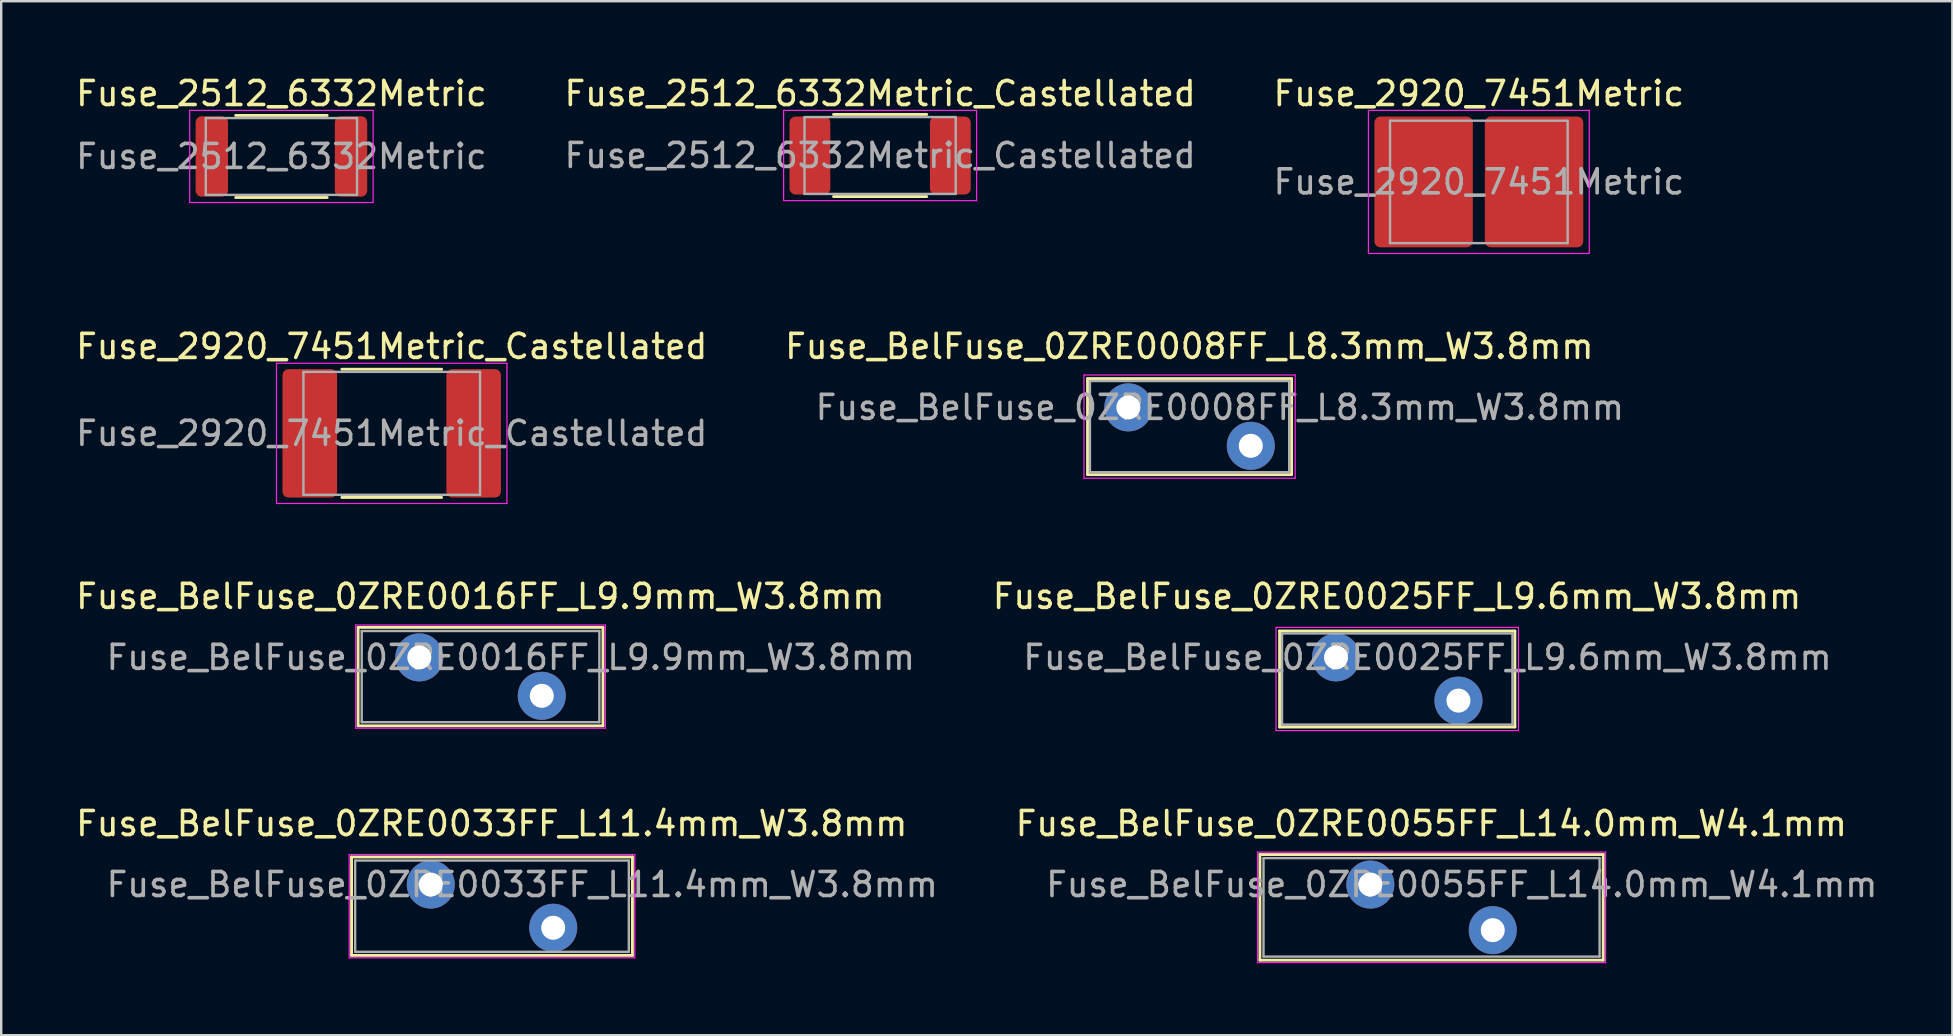
<source format=kicad_pcb>
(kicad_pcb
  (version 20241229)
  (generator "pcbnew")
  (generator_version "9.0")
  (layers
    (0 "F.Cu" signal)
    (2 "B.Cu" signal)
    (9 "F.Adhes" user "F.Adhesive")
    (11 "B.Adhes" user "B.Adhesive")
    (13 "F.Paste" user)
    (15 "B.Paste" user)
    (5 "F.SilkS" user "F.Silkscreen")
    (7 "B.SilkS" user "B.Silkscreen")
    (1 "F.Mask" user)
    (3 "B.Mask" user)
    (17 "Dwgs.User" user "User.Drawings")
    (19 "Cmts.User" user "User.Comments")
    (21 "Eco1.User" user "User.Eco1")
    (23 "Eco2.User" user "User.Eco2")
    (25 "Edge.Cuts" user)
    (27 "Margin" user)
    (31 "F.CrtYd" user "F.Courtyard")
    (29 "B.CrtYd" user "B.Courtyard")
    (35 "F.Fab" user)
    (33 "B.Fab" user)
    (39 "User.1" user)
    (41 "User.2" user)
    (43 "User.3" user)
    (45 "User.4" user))
  (footprint "Fuse_BelFuse_0ZRE0025FF_L9.6mm_W3.8mm"
    (layer "F.Cu")
    (at 52.605 24.335)
    (property "Reference" "Fuse_BelFuse_0ZRE0025FF_L9.6mm_W3.8mm" (at 2.54 -2.54 0) (layer "F.SilkS") (effects (font (size 1 1) (thickness 0.15))))
    (attr through_hole)
    (fp_line (start -2.35 -1.1) (end -2.35 2.9) (stroke (width 0.12) (type solid)) (layer "F.SilkS"))
    (fp_line (start -2.35 -1.1) (end 7.45 -1.1) (stroke (width 0.12) (type solid)) (layer "F.SilkS"))
    (fp_line (start -2.35 2.9) (end 7.45 2.9) (stroke (width 0.12) (type solid)) (layer "F.SilkS"))
    (fp_line (start 7.45 -1.1) (end 7.45 2.9) (stroke (width 0.12) (type solid)) (layer "F.SilkS"))
    (fp_line (start -2.5 -1.25) (end -2.5 3.05) (stroke (width 0.05) (type solid)) (layer "F.CrtYd"))
    (fp_line (start -2.5 -1.25) (end 7.6 -1.25) (stroke (width 0.05) (type solid)) (layer "F.CrtYd"))
    (fp_line (start -2.5 3.05) (end 7.6 3.05) (stroke (width 0.05) (type solid)) (layer "F.CrtYd"))
    (fp_line (start 7.6 -1.25) (end 7.6 3.05) (stroke (width 0.05) (type solid)) (layer "F.CrtYd"))
    (fp_line (start -2.25 -1) (end -2.25 2.8) (stroke (width 0.1) (type solid)) (layer "F.Fab"))
    (fp_line (start -2.25 -1) (end 7.35 -1) (stroke (width 0.1) (type solid)) (layer "F.Fab"))
    (fp_line (start -2.25 2.8) (end 7.35 2.8) (stroke (width 0.1) (type solid)) (layer "F.Fab"))
    (fp_line (start 7.35 -1) (end 7.35 2.8) (stroke (width 0.1) (type solid)) (layer "F.Fab"))
    (fp_text user "${REFERENCE}" (at 3.81 0 0) (layer "F.Fab") (effects (font (size 1 1) (thickness 0.15))))
    (pad "1" thru_hole circle (at 0 0) (size 2 2) (drill 1) (layers "*.Cu" "*.Mask"))
    (pad "2" thru_hole circle (at 5.1 1.8) (size 2 2) (drill 1) (layers "*.Cu" "*.Mask")))
  (footprint "Fuse_2512_6332Metric_Castellated"
    (layer "F.Cu")
    (at 33.613 3.428)
    (property "Reference" "Fuse_2512_6332Metric_Castellated" (at 0 -2.58 0) (layer "F.SilkS") (effects (font (size 1 1) (thickness 0.15))))
    (attr smd)
    (fp_line (start -1.94 -1.71) (end 1.94 -1.71) (stroke (width 0.12) (type solid)) (layer "F.SilkS"))
    (fp_line (start -1.94 1.71) (end 1.94 1.71) (stroke (width 0.12) (type solid)) (layer "F.SilkS"))
    (fp_line (start -4.02 -1.88) (end 4.02 -1.88) (stroke (width 0.05) (type solid)) (layer "F.CrtYd"))
    (fp_line (start -4.02 1.88) (end -4.02 -1.88) (stroke (width 0.05) (type solid)) (layer "F.CrtYd"))
    (fp_line (start 4.02 -1.88) (end 4.02 1.88) (stroke (width 0.05) (type solid)) (layer "F.CrtYd"))
    (fp_line (start 4.02 1.88) (end -4.02 1.88) (stroke (width 0.05) (type solid)) (layer "F.CrtYd"))
    (fp_line (start -3.15 -1.6) (end 3.15 -1.6) (stroke (width 0.1) (type solid)) (layer "F.Fab"))
    (fp_line (start -3.15 1.6) (end -3.15 -1.6) (stroke (width 0.1) (type solid)) (layer "F.Fab"))
    (fp_line (start 3.15 -1.6) (end 3.15 1.6) (stroke (width 0.1) (type solid)) (layer "F.Fab"))
    (fp_line (start 3.15 1.6) (end -3.15 1.6) (stroke (width 0.1) (type solid)) (layer "F.Fab"))
    (fp_text user "${REFERENCE}" (at 0 0 0) (layer "F.Fab") (effects (font (size 1 1) (thickness 0.15))))
    (pad "1" smd roundrect (at -2.925 0) (size 1.7 3.25) (layers "F.Cu" "F.Mask" "F.Paste") (roundrect_rratio 0.147))
    (pad "2" smd roundrect (at 2.925 0) (size 1.7 3.25) (layers "F.Cu" "F.Mask" "F.Paste") (roundrect_rratio 0.147)))
  (footprint "Fuse_BelFuse_0ZRE0008FF_L8.3mm_W3.8mm"
    (layer "F.Cu")
    (at 43.954 13.921)
    (property "Reference" "Fuse_BelFuse_0ZRE0008FF_L8.3mm_W3.8mm" (at 2.54 -2.54 0) (layer "F.SilkS") (effects (font (size 1 1) (thickness 0.15))))
    (attr through_hole)
    (fp_line (start -1.7 -1.2) (end -1.7 2.8) (stroke (width 0.12) (type solid)) (layer "F.SilkS"))
    (fp_line (start -1.7 -1.2) (end 6.8 -1.2) (stroke (width 0.12) (type solid)) (layer "F.SilkS"))
    (fp_line (start -1.7 2.8) (end 6.8 2.8) (stroke (width 0.12) (type solid)) (layer "F.SilkS"))
    (fp_line (start 6.8 -1.2) (end 6.8 2.8) (stroke (width 0.12) (type solid)) (layer "F.SilkS"))
    (fp_line (start -1.85 -1.35) (end -1.85 2.95) (stroke (width 0.05) (type solid)) (layer "F.CrtYd"))
    (fp_line (start -1.85 -1.35) (end 6.95 -1.35) (stroke (width 0.05) (type solid)) (layer "F.CrtYd"))
    (fp_line (start -1.85 2.95) (end 6.95 2.95) (stroke (width 0.05) (type solid)) (layer "F.CrtYd"))
    (fp_line (start 6.95 -1.35) (end 6.95 2.95) (stroke (width 0.05) (type solid)) (layer "F.CrtYd"))
    (fp_line (start -1.6 -1.1) (end -1.6 2.7) (stroke (width 0.1) (type solid)) (layer "F.Fab"))
    (fp_line (start -1.6 -1.1) (end 6.7 -1.1) (stroke (width 0.1) (type solid)) (layer "F.Fab"))
    (fp_line (start -1.6 2.7) (end 6.7 2.7) (stroke (width 0.1) (type solid)) (layer "F.Fab"))
    (fp_line (start 6.7 -1.1) (end 6.7 2.7) (stroke (width 0.1) (type solid)) (layer "F.Fab"))
    (fp_text user "${REFERENCE}" (at 3.81 0 0) (layer "F.Fab") (effects (font (size 1 1) (thickness 0.15))))
    (pad "1" thru_hole circle (at 0 0) (size 2 2) (drill 1) (layers "*.Cu" "*.Mask"))
    (pad "2" thru_hole circle (at 5.1 1.6) (size 2 2) (drill 1) (layers "*.Cu" "*.Mask")))
  (footprint "Fuse_BelFuse_0ZRE0033FF_L11.4mm_W3.8mm"
    (layer "F.Cu")
    (at 14.895 33.798)
    (property "Reference" "Fuse_BelFuse_0ZRE0033FF_L11.4mm_W3.8mm" (at 2.54 -2.54 0) (layer "F.SilkS") (effects (font (size 1 1) (thickness 0.15))))
    (attr through_hole)
    (fp_line (start -3.3 -1.15) (end -3.3 2.95) (stroke (width 0.12) (type solid)) (layer "F.SilkS"))
    (fp_line (start -3.3 -1.15) (end 8.4 -1.15) (stroke (width 0.12) (type solid)) (layer "F.SilkS"))
    (fp_line (start -3.3 2.95) (end 8.4 2.95) (stroke (width 0.12) (type solid)) (layer "F.SilkS"))
    (fp_line (start 8.4 -1.15) (end 8.4 2.95) (stroke (width 0.12) (type solid)) (layer "F.SilkS"))
    (fp_line (start -3.4 -1.25) (end -3.4 3.05) (stroke (width 0.05) (type solid)) (layer "F.CrtYd"))
    (fp_line (start -3.4 -1.25) (end 8.5 -1.25) (stroke (width 0.05) (type solid)) (layer "F.CrtYd"))
    (fp_line (start -3.4 3.05) (end 8.5 3.05) (stroke (width 0.05) (type solid)) (layer "F.CrtYd"))
    (fp_line (start 8.5 -1.25) (end 8.5 3.05) (stroke (width 0.05) (type solid)) (layer "F.CrtYd"))
    (fp_line (start -3.15 -1) (end -3.15 2.8) (stroke (width 0.1) (type solid)) (layer "F.Fab"))
    (fp_line (start -3.15 -1) (end 8.25 -1) (stroke (width 0.1) (type solid)) (layer "F.Fab"))
    (fp_line (start -3.15 2.8) (end 8.25 2.8) (stroke (width 0.1) (type solid)) (layer "F.Fab"))
    (fp_line (start 8.25 -1) (end 8.25 2.8) (stroke (width 0.1) (type solid)) (layer "F.Fab"))
    (fp_text user "${REFERENCE}" (at 3.81 0 0) (layer "F.Fab") (effects (font (size 1 1) (thickness 0.15))))
    (pad "1" thru_hole circle (at 0 0) (size 2 2) (drill 1) (layers "*.Cu" "*.Mask"))
    (pad "2" thru_hole circle (at 5.1 1.8) (size 2 2) (drill 1) (layers "*.Cu" "*.Mask")))
  (footprint "Fuse_2920_7451Metric"
    (layer "F.Cu")
    (at 58.554 4.528)
    (property "Reference" "Fuse_2920_7451Metric" (at 0 -3.68 0) (layer "F.SilkS") (effects (font (size 1 1) (thickness 0.15))))
    (attr smd)
    (fp_line (start -4.6 -2.98) (end 4.6 -2.98) (stroke (width 0.05) (type solid)) (layer "F.CrtYd"))
    (fp_line (start -4.6 2.98) (end -4.6 -2.98) (stroke (width 0.05) (type solid)) (layer "F.CrtYd"))
    (fp_line (start 4.6 -2.98) (end 4.6 2.98) (stroke (width 0.05) (type solid)) (layer "F.CrtYd"))
    (fp_line (start 4.6 2.98) (end -4.6 2.98) (stroke (width 0.05) (type solid)) (layer "F.CrtYd"))
    (fp_line (start -3.7 -2.55) (end 3.7 -2.55) (stroke (width 0.1) (type solid)) (layer "F.Fab"))
    (fp_line (start -3.7 2.55) (end -3.7 -2.55) (stroke (width 0.1) (type solid)) (layer "F.Fab"))
    (fp_line (start 3.7 -2.55) (end 3.7 2.55) (stroke (width 0.1) (type solid)) (layer "F.Fab"))
    (fp_line (start 3.7 2.55) (end -3.7 2.55) (stroke (width 0.1) (type solid)) (layer "F.Fab"))
    (fp_text user "${REFERENCE}" (at 0 0 0) (layer "F.Fab") (effects (font (size 1 1) (thickness 0.15))))
    (pad "1" smd roundrect (at -2.3 0) (size 4.1 5.45) (layers "F.Cu" "F.Mask" "F.Paste") (roundrect_rratio 0.061))
    (pad "2" smd roundrect (at 2.3 0) (size 4.1 5.45) (layers "F.Cu" "F.Mask" "F.Paste") (roundrect_rratio 0.061)))
  (footprint "Fuse_2512_6332Metric"
    (layer "F.Cu")
    (at 8.673 3.468)
    (property "Reference" "Fuse_2512_6332Metric" (at 0 -2.62 0) (layer "F.SilkS") (effects (font (size 1 1) (thickness 0.15))))
    (attr smd)
    (fp_line (start -1.905 -1.71) (end 1.905 -1.71) (stroke (width 0.12) (type solid)) (layer "F.SilkS"))
    (fp_line (start -1.905 1.71) (end 1.905 1.71) (stroke (width 0.12) (type solid)) (layer "F.SilkS"))
    (fp_line (start -3.82 -1.92) (end 3.82 -1.92) (stroke (width 0.05) (type solid)) (layer "F.CrtYd"))
    (fp_line (start -3.82 1.92) (end -3.82 -1.92) (stroke (width 0.05) (type solid)) (layer "F.CrtYd"))
    (fp_line (start 3.82 -1.92) (end 3.82 1.92) (stroke (width 0.05) (type solid)) (layer "F.CrtYd"))
    (fp_line (start 3.82 1.92) (end -3.82 1.92) (stroke (width 0.05) (type solid)) (layer "F.CrtYd"))
    (fp_line (start -3.15 -1.6) (end 3.15 -1.6) (stroke (width 0.1) (type solid)) (layer "F.Fab"))
    (fp_line (start -3.15 1.6) (end -3.15 -1.6) (stroke (width 0.1) (type solid)) (layer "F.Fab"))
    (fp_line (start 3.15 -1.6) (end 3.15 1.6) (stroke (width 0.1) (type solid)) (layer "F.Fab"))
    (fp_line (start 3.15 1.6) (end -3.15 1.6) (stroke (width 0.1) (type solid)) (layer "F.Fab"))
    (fp_text user "${REFERENCE}" (at 0 0 0) (layer "F.Fab") (effects (font (size 1 1) (thickness 0.15))))
    (pad "1" smd roundrect (at -2.9 0) (size 1.35 3.35) (layers "F.Cu" "F.Mask" "F.Paste") (roundrect_rratio 0.185))
    (pad "2" smd roundrect (at 2.9 0) (size 1.35 3.35) (layers "F.Cu" "F.Mask" "F.Paste") (roundrect_rratio 0.185)))
  (footprint "Fuse_BelFuse_0ZRE0016FF_L9.9mm_W3.8mm"
    (layer "F.Cu")
    (at 14.418 24.335)
    (property "Reference" "Fuse_BelFuse_0ZRE0016FF_L9.9mm_W3.8mm" (at 2.54 -2.54 0) (layer "F.SilkS") (effects (font (size 1 1) (thickness 0.15))))
    (attr through_hole)
    (fp_line (start -2.55 -1.25) (end -2.55 2.85) (stroke (width 0.12) (type solid)) (layer "F.SilkS"))
    (fp_line (start -2.55 -1.25) (end 7.65 -1.25) (stroke (width 0.12) (type solid)) (layer "F.SilkS"))
    (fp_line (start -2.55 2.85) (end 7.65 2.85) (stroke (width 0.12) (type solid)) (layer "F.SilkS"))
    (fp_line (start 7.65 -1.25) (end 7.65 2.85) (stroke (width 0.12) (type solid)) (layer "F.SilkS"))
    (fp_line (start -2.65 -1.35) (end -2.65 2.95) (stroke (width 0.05) (type solid)) (layer "F.CrtYd"))
    (fp_line (start -2.65 -1.35) (end 7.75 -1.35) (stroke (width 0.05) (type solid)) (layer "F.CrtYd"))
    (fp_line (start -2.65 2.95) (end 7.75 2.95) (stroke (width 0.05) (type solid)) (layer "F.CrtYd"))
    (fp_line (start 7.75 -1.35) (end 7.75 2.95) (stroke (width 0.05) (type solid)) (layer "F.CrtYd"))
    (fp_line (start -2.4 -1.1) (end -2.4 2.7) (stroke (width 0.1) (type solid)) (layer "F.Fab"))
    (fp_line (start -2.4 -1.1) (end 7.5 -1.1) (stroke (width 0.1) (type solid)) (layer "F.Fab"))
    (fp_line (start -2.4 2.7) (end 7.5 2.7) (stroke (width 0.1) (type solid)) (layer "F.Fab"))
    (fp_line (start 7.5 -1.1) (end 7.5 2.7) (stroke (width 0.1) (type solid)) (layer "F.Fab"))
    (fp_text user "${REFERENCE}" (at 3.81 0 0) (layer "F.Fab") (effects (font (size 1 1) (thickness 0.15))))
    (pad "1" thru_hole circle (at 0 0) (size 2 2) (drill 1) (layers "*.Cu" "*.Mask"))
    (pad "2" thru_hole circle (at 5.1 1.6) (size 2 2) (drill 1) (layers "*.Cu" "*.Mask")))
  (footprint "Fuse_BelFuse_0ZRE0055FF_L14.0mm_W4.1mm"
    (layer "F.Cu")
    (at 54.034 33.798)
    (property "Reference" "Fuse_BelFuse_0ZRE0055FF_L14.0mm_W4.1mm" (at 2.54 -2.54 0) (layer "F.SilkS") (effects (font (size 1 1) (thickness 0.15))))
    (attr through_hole)
    (fp_line (start -4.6 -1.25) (end -4.6 3.15) (stroke (width 0.12) (type solid)) (layer "F.SilkS"))
    (fp_line (start -4.6 -1.25) (end 9.7 -1.25) (stroke (width 0.12) (type solid)) (layer "F.SilkS"))
    (fp_line (start -4.6 3.15) (end 9.7 3.15) (stroke (width 0.12) (type solid)) (layer "F.SilkS"))
    (fp_line (start 9.7 -1.25) (end 9.7 3.15) (stroke (width 0.12) (type solid)) (layer "F.SilkS"))
    (fp_line (start -4.7 -1.35) (end -4.7 3.25) (stroke (width 0.05) (type solid)) (layer "F.CrtYd"))
    (fp_line (start -4.7 -1.35) (end 9.8 -1.35) (stroke (width 0.05) (type solid)) (layer "F.CrtYd"))
    (fp_line (start -4.7 3.25) (end 9.8 3.25) (stroke (width 0.05) (type solid)) (layer "F.CrtYd"))
    (fp_line (start 9.8 -1.35) (end 9.8 3.25) (stroke (width 0.05) (type solid)) (layer "F.CrtYd"))
    (fp_line (start -4.45 -1.1) (end -4.45 3) (stroke (width 0.1) (type solid)) (layer "F.Fab"))
    (fp_line (start -4.45 -1.1) (end 9.55 -1.1) (stroke (width 0.1) (type solid)) (layer "F.Fab"))
    (fp_line (start -4.45 3) (end 9.55 3) (stroke (width 0.1) (type solid)) (layer "F.Fab"))
    (fp_line (start 9.55 -1.1) (end 9.55 3) (stroke (width 0.1) (type solid)) (layer "F.Fab"))
    (fp_text user "${REFERENCE}" (at 3.81 0 0) (layer "F.Fab") (effects (font (size 1 1) (thickness 0.15))))
    (pad "1" thru_hole circle (at 0 0) (size 2 2) (drill 1) (layers "*.Cu" "*.Mask"))
    (pad "2" thru_hole circle (at 5.1 1.9) (size 2 2) (drill 1) (layers "*.Cu" "*.Mask")))
  (footprint "Fuse_2920_7451Metric_Castellated"
    (layer "F.Cu")
    (at 13.268 15.002)
    (property "Reference" "Fuse_2920_7451Metric_Castellated" (at 0 -3.62 0) (layer "F.SilkS") (effects (font (size 1 1) (thickness 0.15))))
    (attr smd)
    (fp_line (start -2.078 -2.67) (end 2.078 -2.67) (stroke (width 0.12) (type solid)) (layer "F.SilkS"))
    (fp_line (start -2.078 2.67) (end 2.078 2.67) (stroke (width 0.12) (type solid)) (layer "F.SilkS"))
    (fp_line (start -4.8 -2.92) (end 4.8 -2.92) (stroke (width 0.05) (type solid)) (layer "F.CrtYd"))
    (fp_line (start -4.8 2.92) (end -4.8 -2.92) (stroke (width 0.05) (type solid)) (layer "F.CrtYd"))
    (fp_line (start 4.8 -2.92) (end 4.8 2.92) (stroke (width 0.05) (type solid)) (layer "F.CrtYd"))
    (fp_line (start 4.8 2.92) (end -4.8 2.92) (stroke (width 0.05) (type solid)) (layer "F.CrtYd"))
    (fp_line (start -3.678 -2.56) (end 3.678 -2.56) (stroke (width 0.1) (type solid)) (layer "F.Fab"))
    (fp_line (start -3.678 2.56) (end -3.678 -2.56) (stroke (width 0.1) (type solid)) (layer "F.Fab"))
    (fp_line (start 3.678 -2.56) (end 3.678 2.56) (stroke (width 0.1) (type solid)) (layer "F.Fab"))
    (fp_line (start 3.678 2.56) (end -3.678 2.56) (stroke (width 0.1) (type solid)) (layer "F.Fab"))
    (fp_text user "${REFERENCE}" (at 0 0 0) (layer "F.Fab") (effects (font (size 1 1) (thickness 0.15))))
    (pad "1" smd roundrect (at -3.413 0) (size 2.275 5.35) (layers "F.Cu" "F.Mask" "F.Paste") (roundrect_rratio 0.11))
    (pad "2" smd roundrect (at 3.413 0) (size 2.275 5.35) (layers "F.Cu" "F.Mask" "F.Paste") (roundrect_rratio 0.11)))
  (gr_rect
    (start -3 -3)
    (end 78.278 40.073)
    (stroke (width 0.1) (type default))
    (fill no)
    (layer "Edge.Cuts")))
</source>
